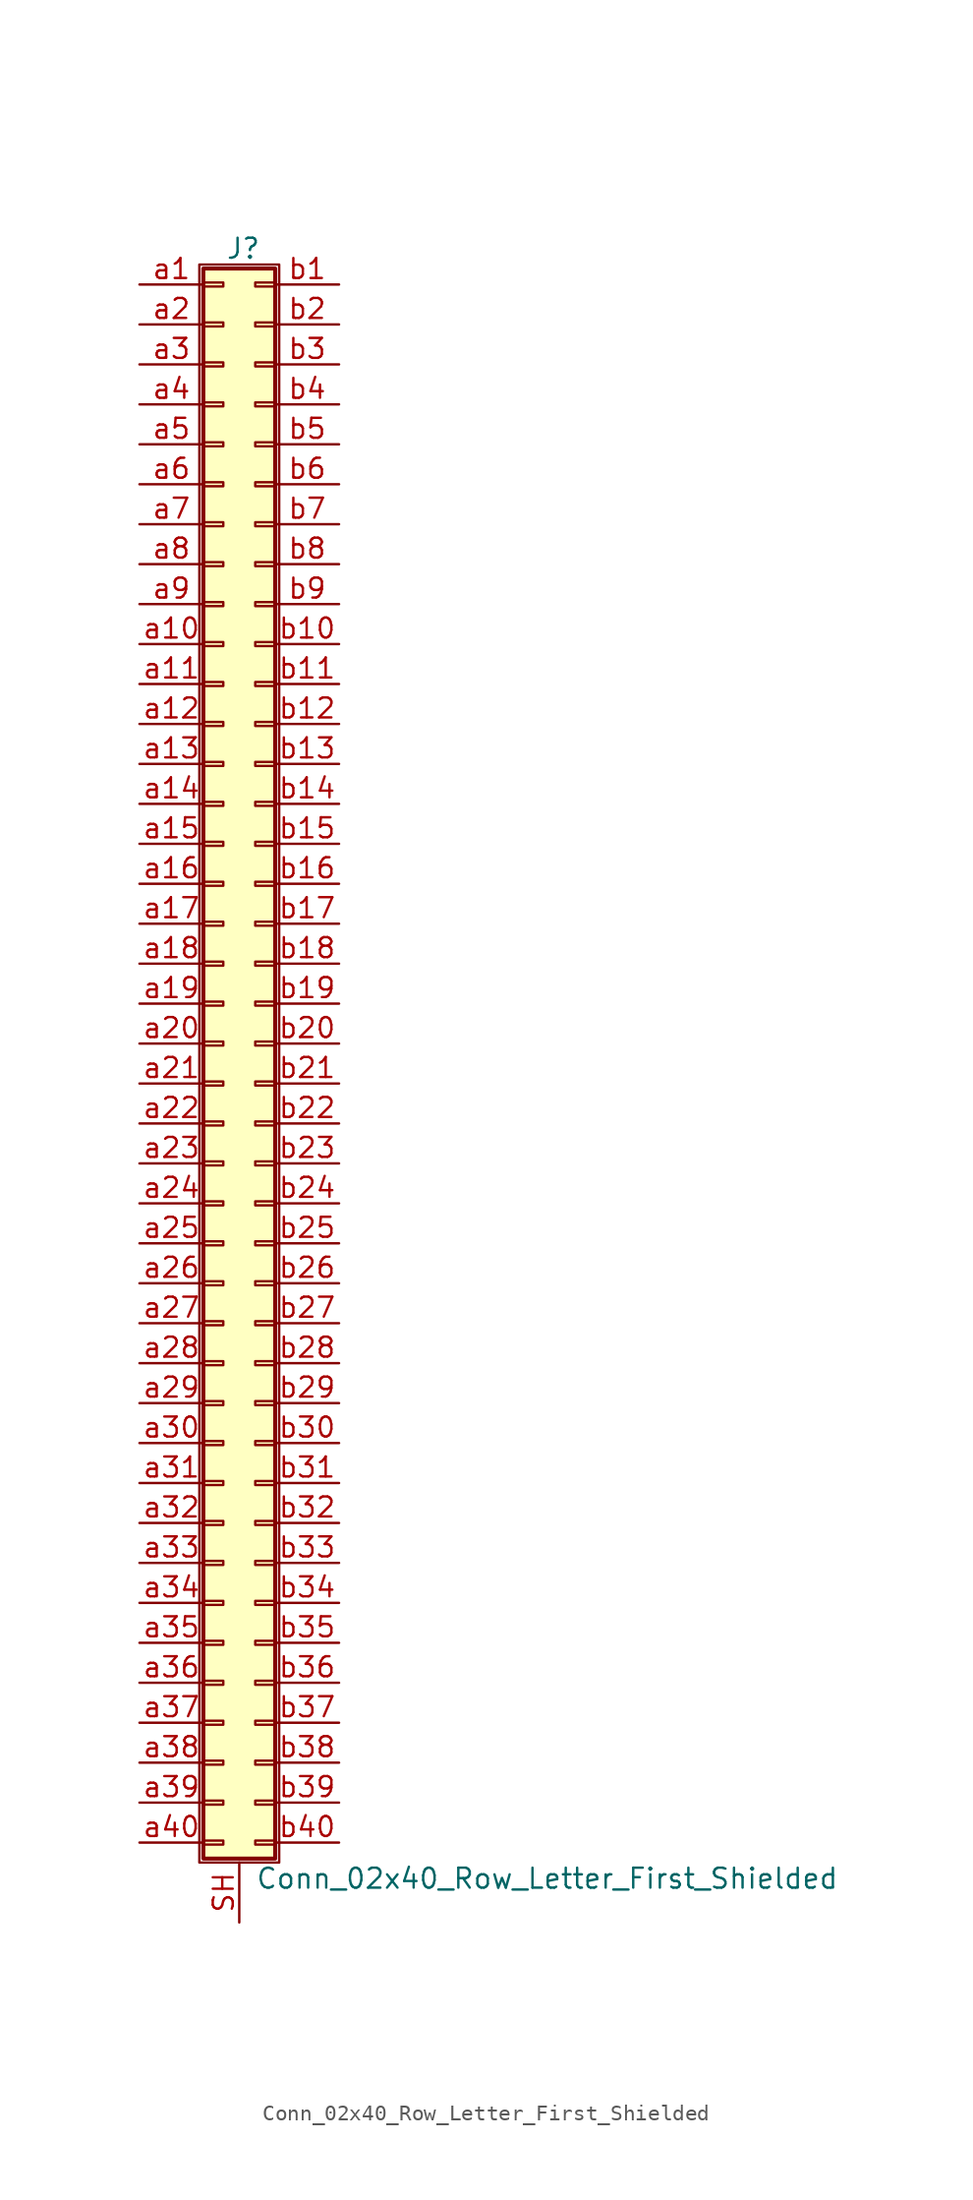
<source format=kicad_sym>
(kicad_symbol_lib
  (version 20201005)
  (generator kicad_symbol_editor)
  (symbol "Conn_02x40_Row_Letter_First_Shielded"
    (pin_names
      (offset 1.016) hide)
    (property "Reference" "J"
      (at 1.524 50.546 0)
      (effects (font (size 1.27 1.27))))
    (property "Value" "Conn_02x40_Row_Letter_First_Shielded"
      (at 2.286 -53.086 0)
      (effects (font (size 1.27 1.27)) (justify left)))
    (symbol "Conn_02x40_Row_Letter_First_Shielded_1_1"
      (rectangle (start -1.27 49.53) (end 3.81 -52.07) (stroke (width 0.152)) (fill (type none)))
      (rectangle (start -1.016 -50.673) (end 0.254 -50.927) (stroke (width 0.152)) (fill (type none)))
      (rectangle (start -1.016 -48.133) (end 0.254 -48.387) (stroke (width 0.152)) (fill (type none)))
      (rectangle (start -1.016 -45.593) (end 0.254 -45.847) (stroke (width 0.152)) (fill (type none)))
      (rectangle (start -1.016 -43.053) (end 0.254 -43.307) (stroke (width 0.152)) (fill (type none)))
      (rectangle (start -1.016 -40.513) (end 0.254 -40.767) (stroke (width 0.152)) (fill (type none)))
      (rectangle (start -1.016 -37.973) (end 0.254 -38.227) (stroke (width 0.152)) (fill (type none)))
      (rectangle (start -1.016 -35.433) (end 0.254 -35.687) (stroke (width 0.152)) (fill (type none)))
      (rectangle (start -1.016 -32.893) (end 0.254 -33.147) (stroke (width 0.152)) (fill (type none)))
      (rectangle (start -1.016 -30.353) (end 0.254 -30.607) (stroke (width 0.152)) (fill (type none)))
      (rectangle (start -1.016 -27.813) (end 0.254 -28.067) (stroke (width 0.152)) (fill (type none)))
      (rectangle (start -1.016 -25.273) (end 0.254 -25.527) (stroke (width 0.152)) (fill (type none)))
      (rectangle (start -1.016 -22.733) (end 0.254 -22.987) (stroke (width 0.152)) (fill (type none)))
      (rectangle (start -1.016 -20.193) (end 0.254 -20.447) (stroke (width 0.152)) (fill (type none)))
      (rectangle (start -1.016 -17.653) (end 0.254 -17.907) (stroke (width 0.152)) (fill (type none)))
      (rectangle (start -1.016 -15.113) (end 0.254 -15.367) (stroke (width 0.152)) (fill (type none)))
      (rectangle (start -1.016 -12.573) (end 0.254 -12.827) (stroke (width 0.152)) (fill (type none)))
      (rectangle (start -1.016 -10.033) (end 0.254 -10.287) (stroke (width 0.152)) (fill (type none)))
      (rectangle (start -1.016 -7.493) (end 0.254 -7.747) (stroke (width 0.152)) (fill (type none)))
      (rectangle (start -1.016 -4.953) (end 0.254 -5.207) (stroke (width 0.152)) (fill (type none)))
      (rectangle (start -1.016 -2.413) (end 0.254 -2.667) (stroke (width 0.152)) (fill (type none)))
      (rectangle (start -1.016 0.127) (end 0.254 -0.127) (stroke (width 0.152)) (fill (type none)))
      (rectangle (start -1.016 2.667) (end 0.254 2.413) (stroke (width 0.152)) (fill (type none)))
      (rectangle (start -1.016 5.207) (end 0.254 4.953) (stroke (width 0.152)) (fill (type none)))
      (rectangle (start -1.016 7.747) (end 0.254 7.493) (stroke (width 0.152)) (fill (type none)))
      (rectangle (start -1.016 10.287) (end 0.254 10.033) (stroke (width 0.152)) (fill (type none)))
      (rectangle (start -1.016 12.827) (end 0.254 12.573) (stroke (width 0.152)) (fill (type none)))
      (rectangle (start -1.016 15.367) (end 0.254 15.113) (stroke (width 0.152)) (fill (type none)))
      (rectangle (start -1.016 17.907) (end 0.254 17.653) (stroke (width 0.152)) (fill (type none)))
      (rectangle (start -1.016 20.447) (end 0.254 20.193) (stroke (width 0.152)) (fill (type none)))
      (rectangle (start -1.016 22.987) (end 0.254 22.733) (stroke (width 0.152)) (fill (type none)))
      (rectangle (start -1.016 25.527) (end 0.254 25.273) (stroke (width 0.152)) (fill (type none)))
      (rectangle (start -1.016 28.067) (end 0.254 27.813) (stroke (width 0.152)) (fill (type none)))
      (rectangle (start -1.016 30.607) (end 0.254 30.353) (stroke (width 0.152)) (fill (type none)))
      (rectangle (start -1.016 33.147) (end 0.254 32.893) (stroke (width 0.152)) (fill (type none)))
      (rectangle (start -1.016 35.687) (end 0.254 35.433) (stroke (width 0.152)) (fill (type none)))
      (rectangle (start -1.016 38.227) (end 0.254 37.973) (stroke (width 0.152)) (fill (type none)))
      (rectangle (start -1.016 40.767) (end 0.254 40.513) (stroke (width 0.152)) (fill (type none)))
      (rectangle (start -1.016 43.307) (end 0.254 43.053) (stroke (width 0.152)) (fill (type none)))
      (rectangle (start -1.016 45.847) (end 0.254 45.593) (stroke (width 0.152)) (fill (type none)))
      (rectangle (start -1.016 48.387) (end 0.254 48.133) (stroke (width 0.152)) (fill (type none)))
      (rectangle (start 3.556 -50.673) (end 2.286 -50.927) (stroke (width 0.152)) (fill (type none)))
      (rectangle (start 3.556 -48.133) (end 2.286 -48.387) (stroke (width 0.152)) (fill (type none)))
      (rectangle (start 3.556 -45.593) (end 2.286 -45.847) (stroke (width 0.152)) (fill (type none)))
      (rectangle (start 3.556 -43.053) (end 2.286 -43.307) (stroke (width 0.152)) (fill (type none)))
      (rectangle (start 3.556 -40.513) (end 2.286 -40.767) (stroke (width 0.152)) (fill (type none)))
      (rectangle (start 3.556 -37.973) (end 2.286 -38.227) (stroke (width 0.152)) (fill (type none)))
      (rectangle (start 3.556 -35.433) (end 2.286 -35.687) (stroke (width 0.152)) (fill (type none)))
      (rectangle (start 3.556 -32.893) (end 2.286 -33.147) (stroke (width 0.152)) (fill (type none)))
      (rectangle (start 3.556 -30.353) (end 2.286 -30.607) (stroke (width 0.152)) (fill (type none)))
      (rectangle (start 3.556 -27.813) (end 2.286 -28.067) (stroke (width 0.152)) (fill (type none)))
      (rectangle (start 3.556 -25.273) (end 2.286 -25.527) (stroke (width 0.152)) (fill (type none)))
      (rectangle (start 3.556 -22.733) (end 2.286 -22.987) (stroke (width 0.152)) (fill (type none)))
      (rectangle (start 3.556 -20.193) (end 2.286 -20.447) (stroke (width 0.152)) (fill (type none)))
      (rectangle (start 3.556 -17.653) (end 2.286 -17.907) (stroke (width 0.152)) (fill (type none)))
      (rectangle (start 3.556 -15.113) (end 2.286 -15.367) (stroke (width 0.152)) (fill (type none)))
      (rectangle (start 3.556 -12.573) (end 2.286 -12.827) (stroke (width 0.152)) (fill (type none)))
      (rectangle (start 3.556 -10.033) (end 2.286 -10.287) (stroke (width 0.152)) (fill (type none)))
      (rectangle (start 3.556 -7.493) (end 2.286 -7.747) (stroke (width 0.152)) (fill (type none)))
      (rectangle (start 3.556 -4.953) (end 2.286 -5.207) (stroke (width 0.152)) (fill (type none)))
      (rectangle (start 3.556 -2.413) (end 2.286 -2.667) (stroke (width 0.152)) (fill (type none)))
      (rectangle (start 3.556 0.127) (end 2.286 -0.127) (stroke (width 0.152)) (fill (type none)))
      (rectangle (start 3.556 2.667) (end 2.286 2.413) (stroke (width 0.152)) (fill (type none)))
      (rectangle (start 3.556 5.207) (end 2.286 4.953) (stroke (width 0.152)) (fill (type none)))
      (rectangle (start 3.556 7.747) (end 2.286 7.493) (stroke (width 0.152)) (fill (type none)))
      (rectangle (start 3.556 10.287) (end 2.286 10.033) (stroke (width 0.152)) (fill (type none)))
      (rectangle (start 3.556 12.827) (end 2.286 12.573) (stroke (width 0.152)) (fill (type none)))
      (rectangle (start 3.556 15.367) (end 2.286 15.113) (stroke (width 0.152)) (fill (type none)))
      (rectangle (start 3.556 17.907) (end 2.286 17.653) (stroke (width 0.152)) (fill (type none)))
      (rectangle (start 3.556 20.447) (end 2.286 20.193) (stroke (width 0.152)) (fill (type none)))
      (rectangle (start 3.556 22.987) (end 2.286 22.733) (stroke (width 0.152)) (fill (type none)))
      (rectangle (start 3.556 25.527) (end 2.286 25.273) (stroke (width 0.152)) (fill (type none)))
      (rectangle (start 3.556 28.067) (end 2.286 27.813) (stroke (width 0.152)) (fill (type none)))
      (rectangle (start 3.556 30.607) (end 2.286 30.353) (stroke (width 0.152)) (fill (type none)))
      (rectangle (start 3.556 33.147) (end 2.286 32.893) (stroke (width 0.152)) (fill (type none)))
      (rectangle (start 3.556 35.687) (end 2.286 35.433) (stroke (width 0.152)) (fill (type none)))
      (rectangle (start 3.556 38.227) (end 2.286 37.973) (stroke (width 0.152)) (fill (type none)))
      (rectangle (start 3.556 40.767) (end 2.286 40.513) (stroke (width 0.152)) (fill (type none)))
      (rectangle (start 3.556 43.307) (end 2.286 43.053) (stroke (width 0.152)) (fill (type none)))
      (rectangle (start 3.556 45.847) (end 2.286 45.593) (stroke (width 0.152)) (fill (type none)))
      (rectangle (start 3.556 48.387) (end 2.286 48.133) (stroke (width 0.152)) (fill (type none)))
      (rectangle (start -1.016 49.276) (end 3.556 -51.816) (stroke (width 0.254)) (fill (type background)))
      (pin passive line (at 1.27 -55.88 90) (length 3.81) (name "Shield" (effects (font (size 1.27 1.27)))) (number "SH" (effects (font (size 1.27 1.27)))))
      (pin passive line (at -5.08 48.26 0) (length 4.064) (name "Pin_a1" (effects (font (size 1.27 1.27)))) (number "a1" (effects (font (size 1.27 1.27)))))
      (pin passive line (at -5.08 25.4 0) (length 4.064) (name "Pin_a10" (effects (font (size 1.27 1.27)))) (number "a10" (effects (font (size 1.27 1.27)))))
      (pin passive line (at -5.08 22.86 0) (length 4.064) (name "Pin_a11" (effects (font (size 1.27 1.27)))) (number "a11" (effects (font (size 1.27 1.27)))))
      (pin passive line (at -5.08 20.32 0) (length 4.064) (name "Pin_a12" (effects (font (size 1.27 1.27)))) (number "a12" (effects (font (size 1.27 1.27)))))
      (pin passive line (at -5.08 17.78 0) (length 4.064) (name "Pin_a13" (effects (font (size 1.27 1.27)))) (number "a13" (effects (font (size 1.27 1.27)))))
      (pin passive line (at -5.08 15.24 0) (length 4.064) (name "Pin_a14" (effects (font (size 1.27 1.27)))) (number "a14" (effects (font (size 1.27 1.27)))))
      (pin passive line (at -5.08 12.7 0) (length 4.064) (name "Pin_a15" (effects (font (size 1.27 1.27)))) (number "a15" (effects (font (size 1.27 1.27)))))
      (pin passive line (at -5.08 10.16 0) (length 4.064) (name "Pin_a16" (effects (font (size 1.27 1.27)))) (number "a16" (effects (font (size 1.27 1.27)))))
      (pin passive line (at -5.08 7.62 0) (length 4.064) (name "Pin_a17" (effects (font (size 1.27 1.27)))) (number "a17" (effects (font (size 1.27 1.27)))))
      (pin passive line (at -5.08 5.08 0) (length 4.064) (name "Pin_a18" (effects (font (size 1.27 1.27)))) (number "a18" (effects (font (size 1.27 1.27)))))
      (pin passive line (at -5.08 2.54 0) (length 4.064) (name "Pin_a19" (effects (font (size 1.27 1.27)))) (number "a19" (effects (font (size 1.27 1.27)))))
      (pin passive line (at -5.08 45.72 0) (length 4.064) (name "Pin_a2" (effects (font (size 1.27 1.27)))) (number "a2" (effects (font (size 1.27 1.27)))))
      (pin passive line (at -5.08 0 0) (length 4.064) (name "Pin_a20" (effects (font (size 1.27 1.27)))) (number "a20" (effects (font (size 1.27 1.27)))))
      (pin passive line (at -5.08 -2.54 0) (length 4.064) (name "Pin_a21" (effects (font (size 1.27 1.27)))) (number "a21" (effects (font (size 1.27 1.27)))))
      (pin passive line (at -5.08 -5.08 0) (length 4.064) (name "Pin_a22" (effects (font (size 1.27 1.27)))) (number "a22" (effects (font (size 1.27 1.27)))))
      (pin passive line (at -5.08 -7.62 0) (length 4.064) (name "Pin_a23" (effects (font (size 1.27 1.27)))) (number "a23" (effects (font (size 1.27 1.27)))))
      (pin passive line (at -5.08 -10.16 0) (length 4.064) (name "Pin_a24" (effects (font (size 1.27 1.27)))) (number "a24" (effects (font (size 1.27 1.27)))))
      (pin passive line (at -5.08 -12.7 0) (length 4.064) (name "Pin_a25" (effects (font (size 1.27 1.27)))) (number "a25" (effects (font (size 1.27 1.27)))))
      (pin passive line (at -5.08 -15.24 0) (length 4.064) (name "Pin_a26" (effects (font (size 1.27 1.27)))) (number "a26" (effects (font (size 1.27 1.27)))))
      (pin passive line (at -5.08 -17.78 0) (length 4.064) (name "Pin_a27" (effects (font (size 1.27 1.27)))) (number "a27" (effects (font (size 1.27 1.27)))))
      (pin passive line (at -5.08 -20.32 0) (length 4.064) (name "Pin_a28" (effects (font (size 1.27 1.27)))) (number "a28" (effects (font (size 1.27 1.27)))))
      (pin passive line (at -5.08 -22.86 0) (length 4.064) (name "Pin_a29" (effects (font (size 1.27 1.27)))) (number "a29" (effects (font (size 1.27 1.27)))))
      (pin passive line (at -5.08 43.18 0) (length 4.064) (name "Pin_a3" (effects (font (size 1.27 1.27)))) (number "a3" (effects (font (size 1.27 1.27)))))
      (pin passive line (at -5.08 -25.4 0) (length 4.064) (name "Pin_a30" (effects (font (size 1.27 1.27)))) (number "a30" (effects (font (size 1.27 1.27)))))
      (pin passive line (at -5.08 -27.94 0) (length 4.064) (name "Pin_a31" (effects (font (size 1.27 1.27)))) (number "a31" (effects (font (size 1.27 1.27)))))
      (pin passive line (at -5.08 -30.48 0) (length 4.064) (name "Pin_a32" (effects (font (size 1.27 1.27)))) (number "a32" (effects (font (size 1.27 1.27)))))
      (pin passive line (at -5.08 -33.02 0) (length 4.064) (name "Pin_a33" (effects (font (size 1.27 1.27)))) (number "a33" (effects (font (size 1.27 1.27)))))
      (pin passive line (at -5.08 -35.56 0) (length 4.064) (name "Pin_a34" (effects (font (size 1.27 1.27)))) (number "a34" (effects (font (size 1.27 1.27)))))
      (pin passive line (at -5.08 -38.1 0) (length 4.064) (name "Pin_a35" (effects (font (size 1.27 1.27)))) (number "a35" (effects (font (size 1.27 1.27)))))
      (pin passive line (at -5.08 -40.64 0) (length 4.064) (name "Pin_a36" (effects (font (size 1.27 1.27)))) (number "a36" (effects (font (size 1.27 1.27)))))
      (pin passive line (at -5.08 -43.18 0) (length 4.064) (name "Pin_a37" (effects (font (size 1.27 1.27)))) (number "a37" (effects (font (size 1.27 1.27)))))
      (pin passive line (at -5.08 -45.72 0) (length 4.064) (name "Pin_a38" (effects (font (size 1.27 1.27)))) (number "a38" (effects (font (size 1.27 1.27)))))
      (pin passive line (at -5.08 -48.26 0) (length 4.064) (name "Pin_a39" (effects (font (size 1.27 1.27)))) (number "a39" (effects (font (size 1.27 1.27)))))
      (pin passive line (at -5.08 40.64 0) (length 4.064) (name "Pin_a4" (effects (font (size 1.27 1.27)))) (number "a4" (effects (font (size 1.27 1.27)))))
      (pin passive line (at -5.08 -50.8 0) (length 4.064) (name "Pin_a40" (effects (font (size 1.27 1.27)))) (number "a40" (effects (font (size 1.27 1.27)))))
      (pin passive line (at -5.08 38.1 0) (length 4.064) (name "Pin_a5" (effects (font (size 1.27 1.27)))) (number "a5" (effects (font (size 1.27 1.27)))))
      (pin passive line (at -5.08 35.56 0) (length 4.064) (name "Pin_a6" (effects (font (size 1.27 1.27)))) (number "a6" (effects (font (size 1.27 1.27)))))
      (pin passive line (at -5.08 33.02 0) (length 4.064) (name "Pin_a7" (effects (font (size 1.27 1.27)))) (number "a7" (effects (font (size 1.27 1.27)))))
      (pin passive line (at -5.08 30.48 0) (length 4.064) (name "Pin_a8" (effects (font (size 1.27 1.27)))) (number "a8" (effects (font (size 1.27 1.27)))))
      (pin passive line (at -5.08 27.94 0) (length 4.064) (name "Pin_a9" (effects (font (size 1.27 1.27)))) (number "a9" (effects (font (size 1.27 1.27)))))
      (pin passive line (at 7.62 48.26 180) (length 4.064) (name "Pin_b1" (effects (font (size 1.27 1.27)))) (number "b1" (effects (font (size 1.27 1.27)))))
      (pin passive line (at 7.62 25.4 180) (length 4.064) (name "Pin_b10" (effects (font (size 1.27 1.27)))) (number "b10" (effects (font (size 1.27 1.27)))))
      (pin passive line (at 7.62 22.86 180) (length 4.064) (name "Pin_b11" (effects (font (size 1.27 1.27)))) (number "b11" (effects (font (size 1.27 1.27)))))
      (pin passive line (at 7.62 20.32 180) (length 4.064) (name "Pin_b12" (effects (font (size 1.27 1.27)))) (number "b12" (effects (font (size 1.27 1.27)))))
      (pin passive line (at 7.62 17.78 180) (length 4.064) (name "Pin_b13" (effects (font (size 1.27 1.27)))) (number "b13" (effects (font (size 1.27 1.27)))))
      (pin passive line (at 7.62 15.24 180) (length 4.064) (name "Pin_b14" (effects (font (size 1.27 1.27)))) (number "b14" (effects (font (size 1.27 1.27)))))
      (pin passive line (at 7.62 12.7 180) (length 4.064) (name "Pin_b15" (effects (font (size 1.27 1.27)))) (number "b15" (effects (font (size 1.27 1.27)))))
      (pin passive line (at 7.62 10.16 180) (length 4.064) (name "Pin_b16" (effects (font (size 1.27 1.27)))) (number "b16" (effects (font (size 1.27 1.27)))))
      (pin passive line (at 7.62 7.62 180) (length 4.064) (name "Pin_b17" (effects (font (size 1.27 1.27)))) (number "b17" (effects (font (size 1.27 1.27)))))
      (pin passive line (at 7.62 5.08 180) (length 4.064) (name "Pin_b18" (effects (font (size 1.27 1.27)))) (number "b18" (effects (font (size 1.27 1.27)))))
      (pin passive line (at 7.62 2.54 180) (length 4.064) (name "Pin_b19" (effects (font (size 1.27 1.27)))) (number "b19" (effects (font (size 1.27 1.27)))))
      (pin passive line (at 7.62 45.72 180) (length 4.064) (name "Pin_b2" (effects (font (size 1.27 1.27)))) (number "b2" (effects (font (size 1.27 1.27)))))
      (pin passive line (at 7.62 0 180) (length 4.064) (name "Pin_b20" (effects (font (size 1.27 1.27)))) (number "b20" (effects (font (size 1.27 1.27)))))
      (pin passive line (at 7.62 -2.54 180) (length 4.064) (name "Pin_b21" (effects (font (size 1.27 1.27)))) (number "b21" (effects (font (size 1.27 1.27)))))
      (pin passive line (at 7.62 -5.08 180) (length 4.064) (name "Pin_b22" (effects (font (size 1.27 1.27)))) (number "b22" (effects (font (size 1.27 1.27)))))
      (pin passive line (at 7.62 -7.62 180) (length 4.064) (name "Pin_b23" (effects (font (size 1.27 1.27)))) (number "b23" (effects (font (size 1.27 1.27)))))
      (pin passive line (at 7.62 -10.16 180) (length 4.064) (name "Pin_b24" (effects (font (size 1.27 1.27)))) (number "b24" (effects (font (size 1.27 1.27)))))
      (pin passive line (at 7.62 -12.7 180) (length 4.064) (name "Pin_b25" (effects (font (size 1.27 1.27)))) (number "b25" (effects (font (size 1.27 1.27)))))
      (pin passive line (at 7.62 -15.24 180) (length 4.064) (name "Pin_b26" (effects (font (size 1.27 1.27)))) (number "b26" (effects (font (size 1.27 1.27)))))
      (pin passive line (at 7.62 -17.78 180) (length 4.064) (name "Pin_b27" (effects (font (size 1.27 1.27)))) (number "b27" (effects (font (size 1.27 1.27)))))
      (pin passive line (at 7.62 -20.32 180) (length 4.064) (name "Pin_b28" (effects (font (size 1.27 1.27)))) (number "b28" (effects (font (size 1.27 1.27)))))
      (pin passive line (at 7.62 -22.86 180) (length 4.064) (name "Pin_b29" (effects (font (size 1.27 1.27)))) (number "b29" (effects (font (size 1.27 1.27)))))
      (pin passive line (at 7.62 43.18 180) (length 4.064) (name "Pin_b3" (effects (font (size 1.27 1.27)))) (number "b3" (effects (font (size 1.27 1.27)))))
      (pin passive line (at 7.62 -25.4 180) (length 4.064) (name "Pin_b30" (effects (font (size 1.27 1.27)))) (number "b30" (effects (font (size 1.27 1.27)))))
      (pin passive line (at 7.62 -27.94 180) (length 4.064) (name "Pin_b31" (effects (font (size 1.27 1.27)))) (number "b31" (effects (font (size 1.27 1.27)))))
      (pin passive line (at 7.62 -30.48 180) (length 4.064) (name "Pin_b32" (effects (font (size 1.27 1.27)))) (number "b32" (effects (font (size 1.27 1.27)))))
      (pin passive line (at 7.62 -33.02 180) (length 4.064) (name "Pin_b33" (effects (font (size 1.27 1.27)))) (number "b33" (effects (font (size 1.27 1.27)))))
      (pin passive line (at 7.62 -35.56 180) (length 4.064) (name "Pin_b34" (effects (font (size 1.27 1.27)))) (number "b34" (effects (font (size 1.27 1.27)))))
      (pin passive line (at 7.62 -38.1 180) (length 4.064) (name "Pin_b35" (effects (font (size 1.27 1.27)))) (number "b35" (effects (font (size 1.27 1.27)))))
      (pin passive line (at 7.62 -40.64 180) (length 4.064) (name "Pin_b36" (effects (font (size 1.27 1.27)))) (number "b36" (effects (font (size 1.27 1.27)))))
      (pin passive line (at 7.62 -43.18 180) (length 4.064) (name "Pin_b37" (effects (font (size 1.27 1.27)))) (number "b37" (effects (font (size 1.27 1.27)))))
      (pin passive line (at 7.62 -45.72 180) (length 4.064) (name "Pin_b38" (effects (font (size 1.27 1.27)))) (number "b38" (effects (font (size 1.27 1.27)))))
      (pin passive line (at 7.62 -48.26 180) (length 4.064) (name "Pin_b39" (effects (font (size 1.27 1.27)))) (number "b39" (effects (font (size 1.27 1.27)))))
      (pin passive line (at 7.62 40.64 180) (length 4.064) (name "Pin_b4" (effects (font (size 1.27 1.27)))) (number "b4" (effects (font (size 1.27 1.27)))))
      (pin passive line (at 7.62 -50.8 180) (length 4.064) (name "Pin_b40" (effects (font (size 1.27 1.27)))) (number "b40" (effects (font (size 1.27 1.27)))))
      (pin passive line (at 7.62 38.1 180) (length 4.064) (name "Pin_b5" (effects (font (size 1.27 1.27)))) (number "b5" (effects (font (size 1.27 1.27)))))
      (pin passive line (at 7.62 35.56 180) (length 4.064) (name "Pin_b6" (effects (font (size 1.27 1.27)))) (number "b6" (effects (font (size 1.27 1.27)))))
      (pin passive line (at 7.62 33.02 180) (length 4.064) (name "Pin_b7" (effects (font (size 1.27 1.27)))) (number "b7" (effects (font (size 1.27 1.27)))))
      (pin passive line (at 7.62 30.48 180) (length 4.064) (name "Pin_b8" (effects (font (size 1.27 1.27)))) (number "b8" (effects (font (size 1.27 1.27)))))
      (pin passive line (at 7.62 27.94 180) (length 4.064) (name "Pin_b9" (effects (font (size 1.27 1.27)))) (number "b9" (effects (font (size 1.27 1.27))))))))
</source>
